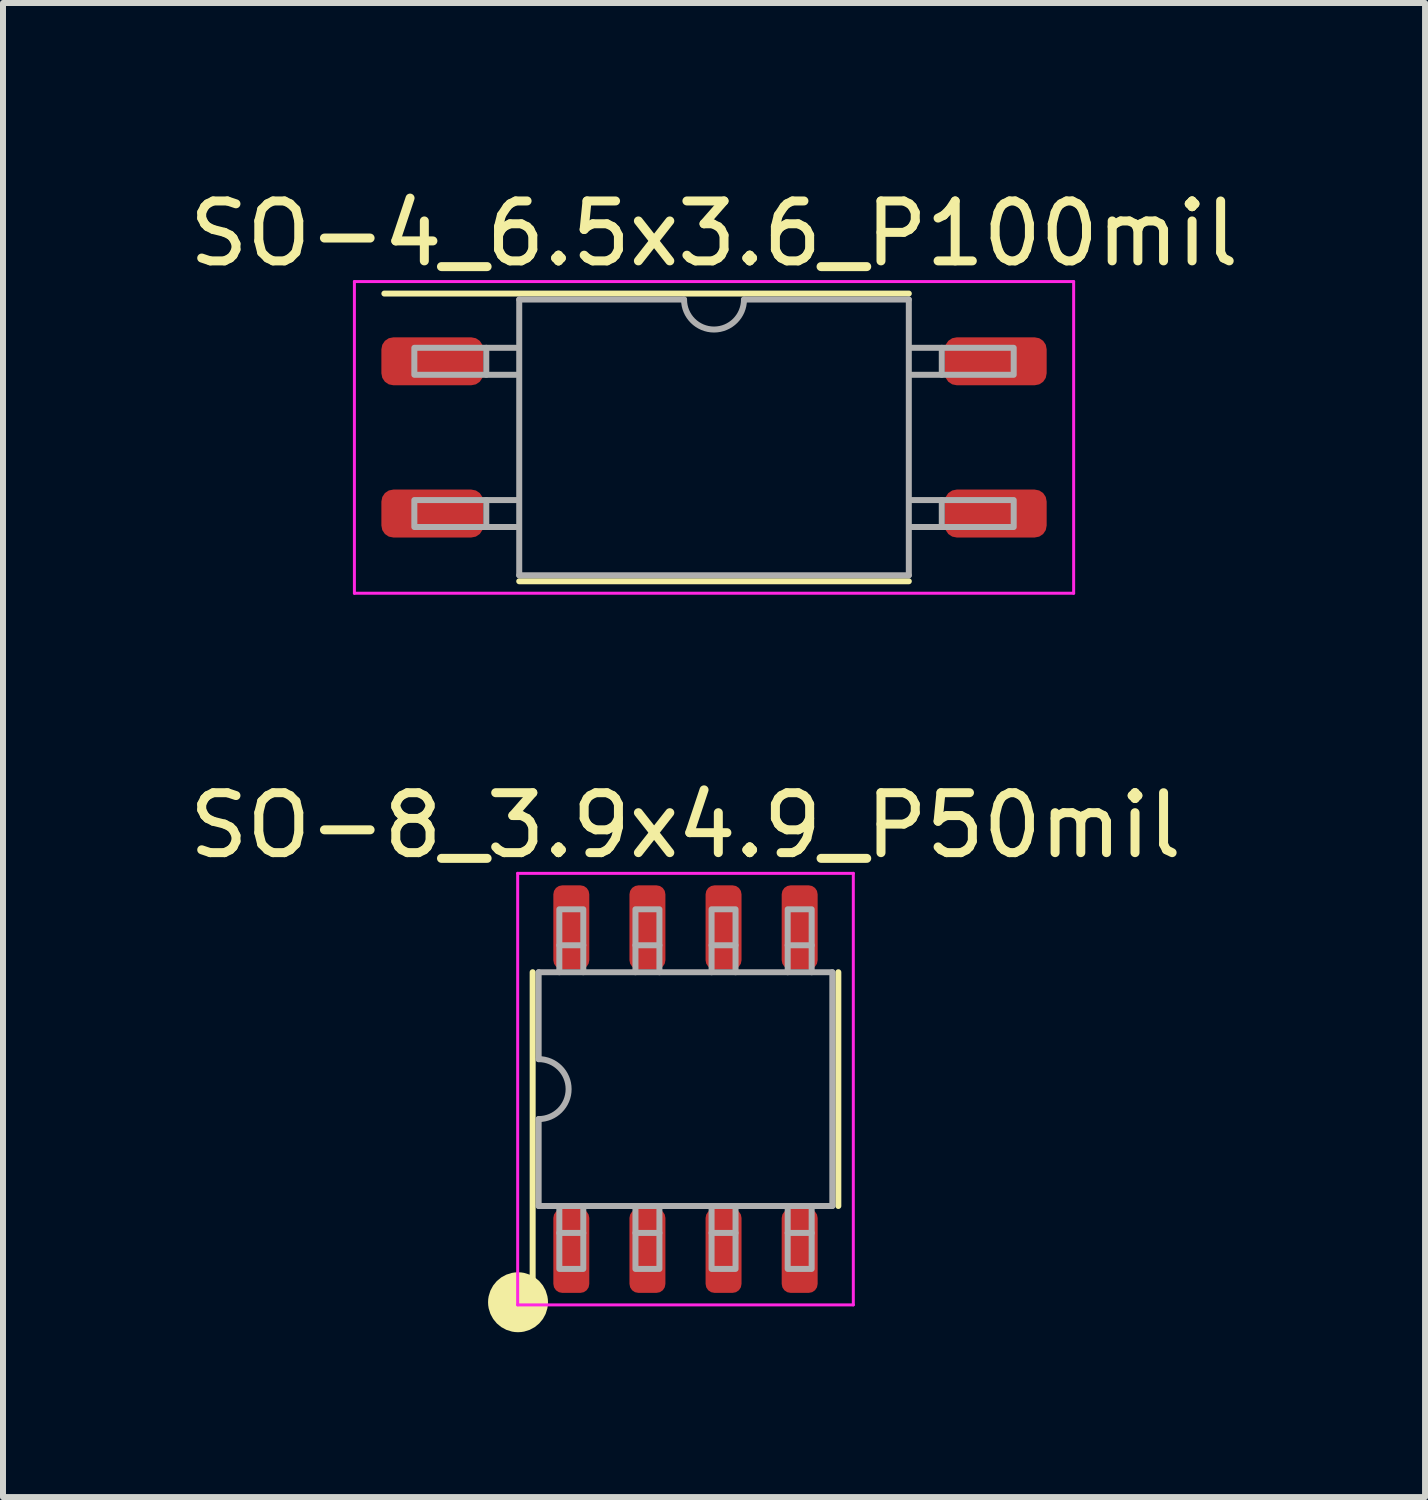
<source format=kicad_pcb>
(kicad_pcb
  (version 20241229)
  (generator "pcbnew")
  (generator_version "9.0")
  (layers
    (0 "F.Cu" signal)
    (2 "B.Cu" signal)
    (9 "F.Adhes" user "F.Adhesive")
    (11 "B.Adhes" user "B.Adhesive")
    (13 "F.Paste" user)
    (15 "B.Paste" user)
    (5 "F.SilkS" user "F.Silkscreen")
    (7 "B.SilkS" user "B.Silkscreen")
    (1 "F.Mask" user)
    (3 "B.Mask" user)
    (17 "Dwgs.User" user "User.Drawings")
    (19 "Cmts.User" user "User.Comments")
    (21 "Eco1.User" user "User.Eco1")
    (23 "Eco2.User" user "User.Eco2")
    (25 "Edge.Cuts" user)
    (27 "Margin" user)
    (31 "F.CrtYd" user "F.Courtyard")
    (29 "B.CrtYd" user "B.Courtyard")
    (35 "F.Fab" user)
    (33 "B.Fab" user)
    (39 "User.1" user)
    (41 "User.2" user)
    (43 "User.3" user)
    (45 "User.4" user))
  (footprint "SO-4_6.5x3.6_P100mil"
    (layer "F.Cu")
    (at 8.863 4.248)
    (property "Reference" "SO-4_6.5x3.6_P100mil" (at 0 -3.4 0) (layer "F.SilkS") (effects (font (size 1 1) (thickness 0.15))))
    (attr smd)
    (fp_line (start -3.25 2.4) (end 3.25 2.4) (stroke (width 0.1) (type solid)) (layer "F.SilkS"))
    (fp_line (start 3.25 -2.4) (end -5.5 -2.4) (stroke (width 0.1) (type solid)) (layer "F.SilkS"))
    (fp_line (start -6 -2.6) (end -6 2.6) (stroke (width 0.05) (type solid)) (layer "F.CrtYd"))
    (fp_line (start -6 2.6) (end 6 2.6) (stroke (width 0.05) (type solid)) (layer "F.CrtYd"))
    (fp_line (start 6 -2.6) (end -6 -2.6) (stroke (width 0.05) (type solid)) (layer "F.CrtYd"))
    (fp_line (start 6 2.6) (end 6 -2.6) (stroke (width 0.05) (type solid)) (layer "F.CrtYd"))
    (fp_line (start -3.8 -1.495) (end -3.3 -1.495) (stroke (width 0.1) (type solid)) (layer "F.Fab"))
    (fp_line (start -3.8 -1.045) (end -3.3 -1.045) (stroke (width 0.1) (type solid)) (layer "F.Fab"))
    (fp_line (start -3.8 1.045) (end -3.3 1.045) (stroke (width 0.1) (type solid)) (layer "F.Fab"))
    (fp_line (start -3.8 1.495) (end -3.3 1.495) (stroke (width 0.1) (type solid)) (layer "F.Fab"))
    (fp_line (start -3.25 -2.3) (end -0.5 -2.3) (stroke (width 0.1) (type solid)) (layer "F.Fab"))
    (fp_line (start -3.25 2.3) (end -3.25 -2.3) (stroke (width 0.1) (type solid)) (layer "F.Fab"))
    (fp_line (start 3.25 -2.3) (end 0.5 -2.3) (stroke (width 0.1) (type solid)) (layer "F.Fab"))
    (fp_line (start 3.25 -2.3) (end 3.25 2.3) (stroke (width 0.1) (type solid)) (layer "F.Fab"))
    (fp_line (start 3.25 2.3) (end -3.25 2.3) (stroke (width 0.1) (type solid)) (layer "F.Fab"))
    (fp_line (start 3.8 -1.495) (end 3.3 -1.495) (stroke (width 0.1) (type solid)) (layer "F.Fab"))
    (fp_line (start 3.8 -1.045) (end 3.3 -1.045) (stroke (width 0.1) (type solid)) (layer "F.Fab"))
    (fp_line (start 3.8 1.045) (end 3.3 1.045) (stroke (width 0.1) (type solid)) (layer "F.Fab"))
    (fp_line (start 3.8 1.495) (end 3.3 1.495) (stroke (width 0.1) (type solid)) (layer "F.Fab"))
    (fp_arc (start 0.5 -2.3) (mid 0 -1.8) (end -0.5 -2.3) (stroke (width 0.1) (type solid)) (layer "F.Fab"))
    (fp_poly (pts (xy -5 -1.495) (xy -3.8 -1.495) (xy -3.8 -1.045) (xy -5 -1.045)) (stroke (width 0.1) (type solid)) (fill no) (layer "F.Fab"))
    (fp_poly (pts (xy -5 1.045) (xy -3.8 1.045) (xy -3.8 1.495) (xy -5 1.495)) (stroke (width 0.1) (type solid)) (fill no) (layer "F.Fab"))
    (fp_poly (pts (xy 5 -1.045) (xy 3.8 -1.045) (xy 3.8 -1.495) (xy 5 -1.495)) (stroke (width 0.1) (type solid)) (fill no) (layer "F.Fab"))
    (fp_poly (pts (xy 5 1.495) (xy 3.8 1.495) (xy 3.8 1.045) (xy 5 1.045)) (stroke (width 0.1) (type solid)) (fill no) (layer "F.Fab"))
    (pad "1" smd roundrect (at -4.7 -1.27) (size 1.7 0.8) (layers "F.Cu" "F.Mask" "F.Paste") (roundrect_rratio 0.25))
    (pad "2" smd roundrect (at -4.7 1.27) (size 1.7 0.8) (layers "F.Cu" "F.Mask" "F.Paste") (roundrect_rratio 0.25))
    (pad "3" smd roundrect (at 4.7 1.27) (size 1.7 0.8) (layers "F.Cu" "F.Mask" "F.Paste") (roundrect_rratio 0.25))
    (pad "4" smd roundrect (at 4.7 -1.27) (size 1.7 0.8) (layers "F.Cu" "F.Mask" "F.Paste") (roundrect_rratio 0.25)))
  (footprint "SO-8_3.9x4.9_P50mil"
    (layer "F.Cu")
    (at 8.387 15.121)
    (property "Reference" "SO-8_3.9x4.9_P50mil" (at 0 -4.4 0) (layer "F.SilkS") (effects (font (size 1 1) (thickness 0.15))))
    (attr smd)
    (fp_line (start -2.55 3.35) (end -2.55 -1.95) (stroke (width 0.1) (type solid)) (layer "F.SilkS"))
    (fp_line (start 2.55 1.95) (end 2.55 -1.95) (stroke (width 0.1) (type solid)) (layer "F.SilkS"))
    (fp_circle (center -2.794 3.556) (end -2.794 3.556) (stroke (width 0.5) (type solid)) (fill no) (layer "F.SilkS"))
    (fp_line (start -2.8 -3.6) (end -2.8 3.6) (stroke (width 0.05) (type solid)) (layer "F.CrtYd"))
    (fp_line (start -2.8 3.6) (end 2.8 3.6) (stroke (width 0.05) (type solid)) (layer "F.CrtYd"))
    (fp_line (start 2.8 -3.6) (end -2.8 -3.6) (stroke (width 0.05) (type solid)) (layer "F.CrtYd"))
    (fp_line (start 2.8 3.6) (end 2.8 -3.6) (stroke (width 0.05) (type solid)) (layer "F.CrtYd"))
    (fp_line (start -2.45 -1.95) (end -2.45 -0.5) (stroke (width 0.1) (type solid)) (layer "F.Fab"))
    (fp_line (start -2.45 -1.95) (end 2.45 -1.95) (stroke (width 0.1) (type solid)) (layer "F.Fab"))
    (fp_line (start -2.45 1.95) (end -2.45 0.5) (stroke (width 0.1) (type solid)) (layer "F.Fab"))
    (fp_line (start -2.105 -2.4) (end -2.105 -1.95) (stroke (width 0.1) (type solid)) (layer "F.Fab"))
    (fp_line (start -2.105 2.4) (end -2.105 1.95) (stroke (width 0.1) (type solid)) (layer "F.Fab"))
    (fp_line (start -1.705 -2.4) (end -1.705 -1.95) (stroke (width 0.1) (type solid)) (layer "F.Fab"))
    (fp_line (start -1.705 2.4) (end -1.705 1.95) (stroke (width 0.1) (type solid)) (layer "F.Fab"))
    (fp_line (start -0.835 -2.4) (end -0.835 -1.95) (stroke (width 0.1) (type solid)) (layer "F.Fab"))
    (fp_line (start -0.835 2.4) (end -0.835 1.95) (stroke (width 0.1) (type solid)) (layer "F.Fab"))
    (fp_line (start -0.435 -2.4) (end -0.435 -1.95) (stroke (width 0.1) (type solid)) (layer "F.Fab"))
    (fp_line (start -0.435 2.4) (end -0.435 1.95) (stroke (width 0.1) (type solid)) (layer "F.Fab"))
    (fp_line (start 0.435 -2.4) (end 0.435 -1.95) (stroke (width 0.1) (type solid)) (layer "F.Fab"))
    (fp_line (start 0.435 2.4) (end 0.435 1.95) (stroke (width 0.1) (type solid)) (layer "F.Fab"))
    (fp_line (start 0.835 -2.4) (end 0.835 -1.95) (stroke (width 0.1) (type solid)) (layer "F.Fab"))
    (fp_line (start 0.835 2.4) (end 0.835 1.95) (stroke (width 0.1) (type solid)) (layer "F.Fab"))
    (fp_line (start 1.705 -2.4) (end 1.705 -1.95) (stroke (width 0.1) (type solid)) (layer "F.Fab"))
    (fp_line (start 1.705 2.4) (end 1.705 1.95) (stroke (width 0.1) (type solid)) (layer "F.Fab"))
    (fp_line (start 2.105 -2.4) (end 2.105 -1.95) (stroke (width 0.1) (type solid)) (layer "F.Fab"))
    (fp_line (start 2.105 2.4) (end 2.105 1.95) (stroke (width 0.1) (type solid)) (layer "F.Fab"))
    (fp_line (start 2.45 -1.95) (end 2.45 1.95) (stroke (width 0.1) (type solid)) (layer "F.Fab"))
    (fp_line (start 2.45 1.95) (end -2.45 1.95) (stroke (width 0.1) (type solid)) (layer "F.Fab"))
    (fp_arc (start -2.45 -0.5) (mid -1.95 0) (end -2.45 0.5) (stroke (width 0.1) (type solid)) (layer "F.Fab"))
    (fp_poly (pts (xy -2.105 -2.4) (xy -2.105 -3) (xy -1.705 -3) (xy -1.705 -2.4)) (stroke (width 0.1) (type solid)) (fill no) (layer "F.Fab"))
    (fp_poly (pts (xy -1.705 2.4) (xy -1.705 3) (xy -2.105 3) (xy -2.105 2.4)) (stroke (width 0.1) (type solid)) (fill no) (layer "F.Fab"))
    (fp_poly (pts (xy -0.835 -2.4) (xy -0.835 -3) (xy -0.435 -3) (xy -0.435 -2.4)) (stroke (width 0.1) (type solid)) (fill no) (layer "F.Fab"))
    (fp_poly (pts (xy -0.435 2.4) (xy -0.435 3) (xy -0.835 3) (xy -0.835 2.4)) (stroke (width 0.1) (type solid)) (fill no) (layer "F.Fab"))
    (fp_poly (pts (xy 0.435 -2.4) (xy 0.435 -3) (xy 0.835 -3) (xy 0.835 -2.4)) (stroke (width 0.1) (type solid)) (fill no) (layer "F.Fab"))
    (fp_poly (pts (xy 0.835 2.4) (xy 0.835 3) (xy 0.435 3) (xy 0.435 2.4)) (stroke (width 0.1) (type solid)) (fill no) (layer "F.Fab"))
    (fp_poly (pts (xy 1.705 -2.4) (xy 1.705 -3) (xy 2.105 -3) (xy 2.105 -2.4)) (stroke (width 0.1) (type solid)) (fill no) (layer "F.Fab"))
    (fp_poly (pts (xy 2.105 2.4) (xy 2.105 3) (xy 1.705 3) (xy 1.705 2.4)) (stroke (width 0.1) (type solid)) (fill no) (layer "F.Fab"))
    (pad "1" smd roundrect (at -1.905 2.7 90) (size 1.4 0.6) (layers "F.Cu" "F.Mask" "F.Paste") (roundrect_rratio 0.25))
    (pad "2" smd roundrect (at -0.635 2.7 90) (size 1.4 0.6) (layers "F.Cu" "F.Mask" "F.Paste") (roundrect_rratio 0.25))
    (pad "3" smd roundrect (at 0.635 2.7 90) (size 1.4 0.6) (layers "F.Cu" "F.Mask" "F.Paste") (roundrect_rratio 0.25))
    (pad "4" smd roundrect (at 1.905 2.7 90) (size 1.4 0.6) (layers "F.Cu" "F.Mask" "F.Paste") (roundrect_rratio 0.25))
    (pad "5" smd roundrect (at 1.905 -2.7 90) (size 1.4 0.6) (layers "F.Cu" "F.Mask" "F.Paste") (roundrect_rratio 0.25))
    (pad "6" smd roundrect (at 0.635 -2.7 90) (size 1.4 0.6) (layers "F.Cu" "F.Mask" "F.Paste") (roundrect_rratio 0.25))
    (pad "7" smd roundrect (at -0.635 -2.7 90) (size 1.4 0.6) (layers "F.Cu" "F.Mask" "F.Paste") (roundrect_rratio 0.25))
    (pad "8" smd roundrect (at -1.905 -2.7 90) (size 1.4 0.6) (layers "F.Cu" "F.Mask" "F.Paste") (roundrect_rratio 0.25)))
  (gr_rect
    (start -3 -3)
    (end 20.726 21.928)
    (stroke (width 0.1) (type default))
    (fill no)
    (layer "Edge.Cuts")))
</source>
